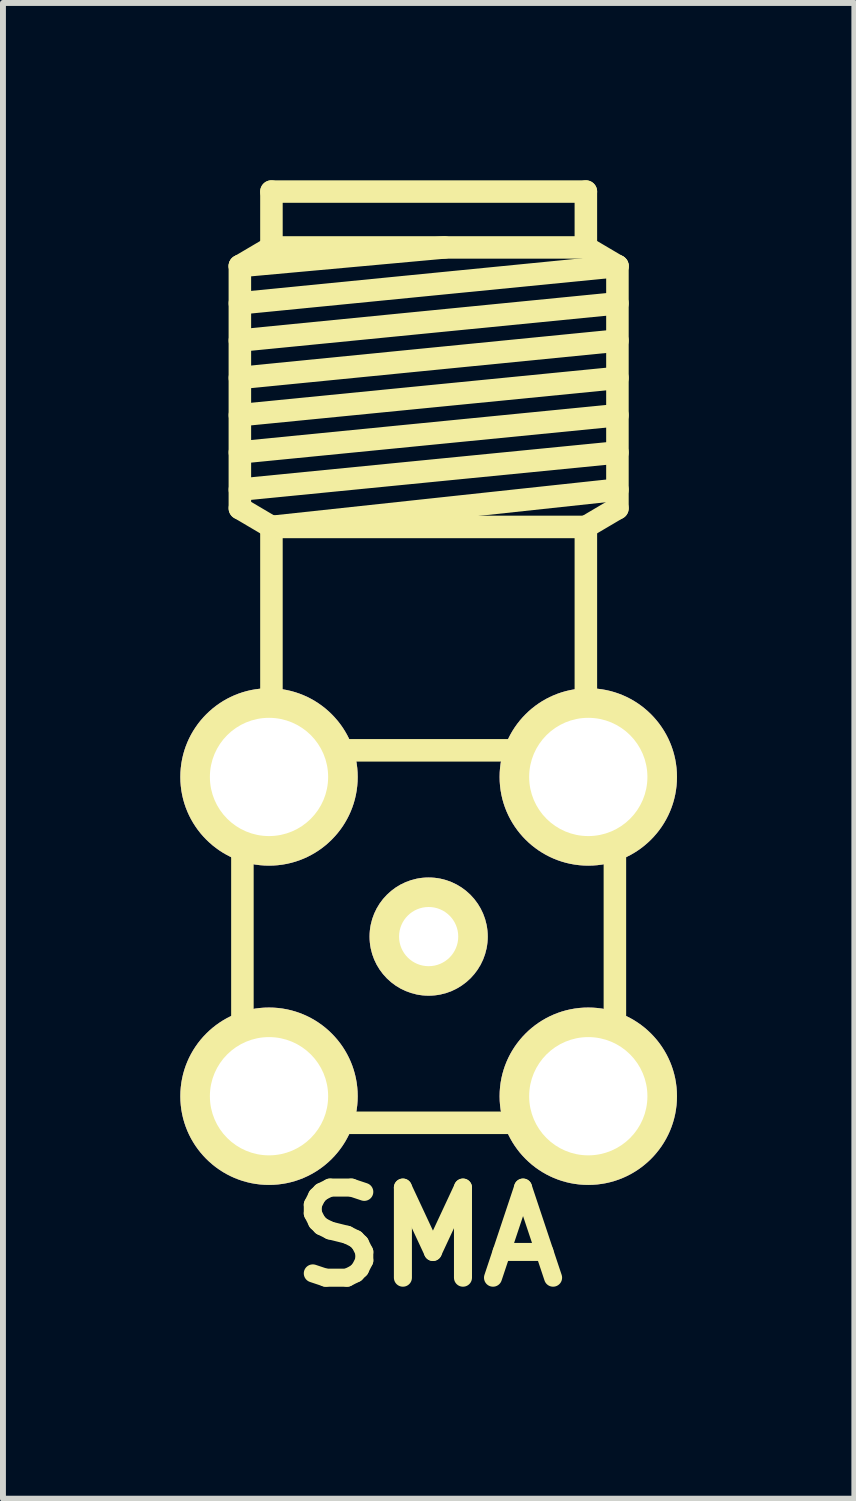
<source format=kicad_pcb>
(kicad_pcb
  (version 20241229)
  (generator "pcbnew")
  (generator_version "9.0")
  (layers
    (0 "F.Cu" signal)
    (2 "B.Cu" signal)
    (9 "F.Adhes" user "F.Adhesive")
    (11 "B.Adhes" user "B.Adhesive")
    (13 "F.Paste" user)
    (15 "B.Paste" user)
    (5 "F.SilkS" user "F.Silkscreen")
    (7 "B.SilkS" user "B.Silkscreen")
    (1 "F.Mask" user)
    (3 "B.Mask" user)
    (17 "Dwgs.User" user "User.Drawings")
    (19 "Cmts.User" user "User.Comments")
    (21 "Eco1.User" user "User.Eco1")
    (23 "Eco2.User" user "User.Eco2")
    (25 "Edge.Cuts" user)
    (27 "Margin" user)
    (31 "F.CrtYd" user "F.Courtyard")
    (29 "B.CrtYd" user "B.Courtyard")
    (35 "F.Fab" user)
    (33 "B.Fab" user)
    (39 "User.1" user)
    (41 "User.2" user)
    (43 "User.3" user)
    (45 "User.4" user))
  (footprint "SMA"
    (layer "F.Cu")
    (at 4.2 12.791)
    (property "Reference" "SMA" (at 0 5.08 0) (layer "F.SilkS") (effects (font (size 1.524 1.524) (thickness 0.305))))
    (attr through_hole)
    (fp_line (start -3.193 -11.341) (end -2.659 -11.656) (stroke (width 0.381) (type solid)) (layer "F.SilkS"))
    (fp_line (start -3.193 -11.341) (end 0.267 -11.656) (stroke (width 0.381) (type solid)) (layer "F.SilkS"))
    (fp_line (start -3.193 -10.711) (end 3.193 -11.341) (stroke (width 0.381) (type solid)) (layer "F.SilkS"))
    (fp_line (start -3.193 -10.081) (end 3.193 -10.711) (stroke (width 0.381) (type solid)) (layer "F.SilkS"))
    (fp_line (start -3.193 -9.449) (end 3.193 -10.081) (stroke (width 0.381) (type solid)) (layer "F.SilkS"))
    (fp_line (start -3.193 -8.819) (end 3.193 -9.449) (stroke (width 0.381) (type solid)) (layer "F.SilkS"))
    (fp_line (start -3.193 -8.189) (end 3.193 -8.819) (stroke (width 0.381) (type solid)) (layer "F.SilkS"))
    (fp_line (start -3.193 -7.559) (end 3.193 -8.189) (stroke (width 0.381) (type solid)) (layer "F.SilkS"))
    (fp_line (start -3.193 -7.244) (end -3.193 -11.341) (stroke (width 0.381) (type solid)) (layer "F.SilkS"))
    (fp_line (start -3.15 -3.15) (end 3.15 -3.15) (stroke (width 0.381) (type solid)) (layer "F.SilkS"))
    (fp_line (start -3.15 3.15) (end -3.15 -3.15) (stroke (width 0.381) (type solid)) (layer "F.SilkS"))
    (fp_line (start -2.659 -11.656) (end -2.659 -12.601) (stroke (width 0.381) (type solid)) (layer "F.SilkS"))
    (fp_line (start -2.659 -11.656) (end 2.659 -11.656) (stroke (width 0.381) (type solid)) (layer "F.SilkS"))
    (fp_line (start -2.659 -6.929) (end -3.193 -7.244) (stroke (width 0.381) (type solid)) (layer "F.SilkS"))
    (fp_line (start -2.659 -3.15) (end -2.659 -6.929) (stroke (width 0.381) (type solid)) (layer "F.SilkS"))
    (fp_line (start 2.659 -12.601) (end -2.659 -12.601) (stroke (width 0.381) (type solid)) (layer "F.SilkS"))
    (fp_line (start 2.659 -11.656) (end 2.659 -12.601) (stroke (width 0.381) (type solid)) (layer "F.SilkS"))
    (fp_line (start 2.659 -11.656) (end 3.193 -11.341) (stroke (width 0.381) (type solid)) (layer "F.SilkS"))
    (fp_line (start 2.659 -6.929) (end -2.659 -6.929) (stroke (width 0.381) (type solid)) (layer "F.SilkS"))
    (fp_line (start 2.659 -3.15) (end 2.659 -6.929) (stroke (width 0.381) (type solid)) (layer "F.SilkS"))
    (fp_line (start 3.15 -3.15) (end 3.15 3.15) (stroke (width 0.381) (type solid)) (layer "F.SilkS"))
    (fp_line (start 3.15 3.15) (end -3.15 3.15) (stroke (width 0.381) (type solid)) (layer "F.SilkS"))
    (fp_line (start 3.193 -11.341) (end 3.193 -7.244) (stroke (width 0.381) (type solid)) (layer "F.SilkS"))
    (fp_line (start 3.193 -7.559) (end -2.659 -6.929) (stroke (width 0.381) (type solid)) (layer "F.SilkS"))
    (fp_line (start 3.193 -7.244) (end 2.659 -6.929) (stroke (width 0.381) (type solid)) (layer "F.SilkS"))
    (pad "1" thru_hole circle (at 0 0) (size 1.999 1.999) (drill 1.001) (layers "*.Cu" "*.Mask" "F.SilkS"))
    (pad "2" thru_hole circle (at -2.7 -2.7) (size 3 3) (drill 2) (layers "*.Cu" "*.Mask" "F.SilkS"))
    (pad "3" thru_hole circle (at 2.7 -2.7) (size 3 3) (drill 2) (layers "*.Cu" "*.Mask" "F.SilkS"))
    (pad "4" thru_hole circle (at 2.7 2.7) (size 3 3) (drill 2) (layers "*.Cu" "*.Mask" "F.SilkS"))
    (pad "5" thru_hole circle (at -2.7 2.7) (size 3 3) (drill 2) (layers "*.Cu" "*.Mask" "F.SilkS")))
  (gr_rect
    (start -3 -3)
    (end 11.4 22.298)
    (stroke (width 0.1) (type default))
    (fill no)
    (layer "Edge.Cuts")))
</source>
